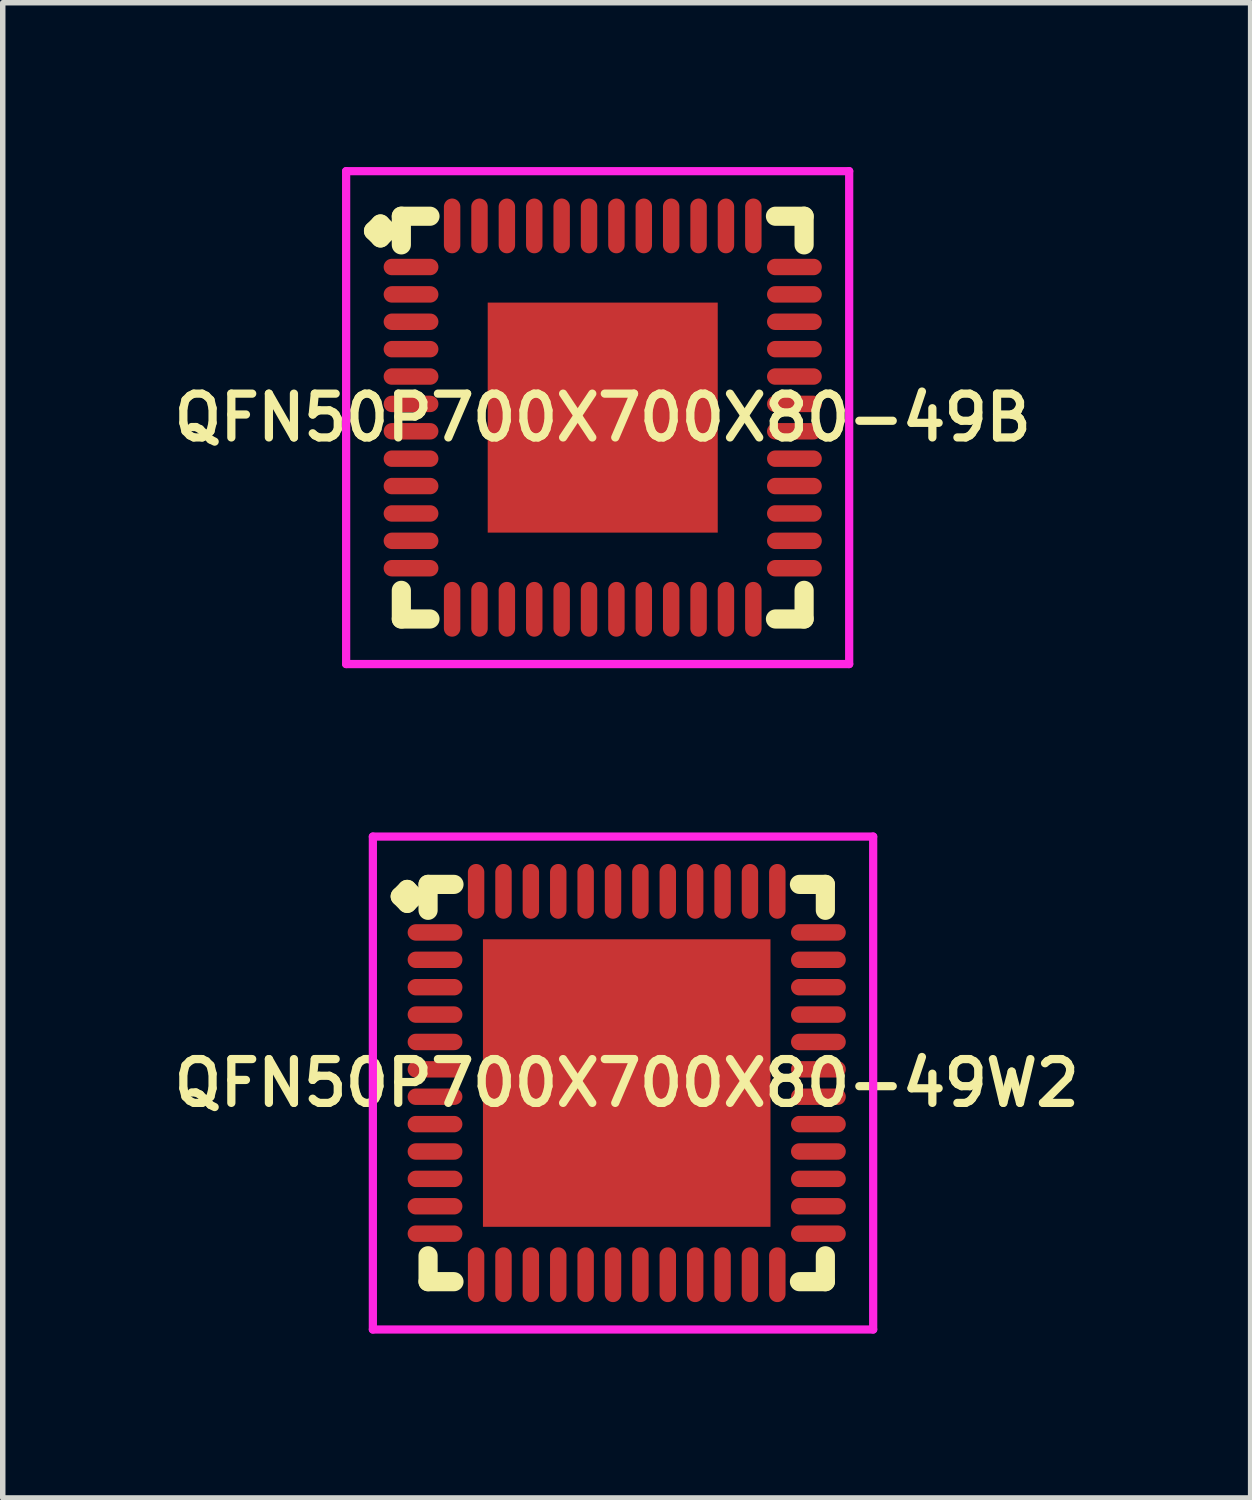
<source format=kicad_pcb>
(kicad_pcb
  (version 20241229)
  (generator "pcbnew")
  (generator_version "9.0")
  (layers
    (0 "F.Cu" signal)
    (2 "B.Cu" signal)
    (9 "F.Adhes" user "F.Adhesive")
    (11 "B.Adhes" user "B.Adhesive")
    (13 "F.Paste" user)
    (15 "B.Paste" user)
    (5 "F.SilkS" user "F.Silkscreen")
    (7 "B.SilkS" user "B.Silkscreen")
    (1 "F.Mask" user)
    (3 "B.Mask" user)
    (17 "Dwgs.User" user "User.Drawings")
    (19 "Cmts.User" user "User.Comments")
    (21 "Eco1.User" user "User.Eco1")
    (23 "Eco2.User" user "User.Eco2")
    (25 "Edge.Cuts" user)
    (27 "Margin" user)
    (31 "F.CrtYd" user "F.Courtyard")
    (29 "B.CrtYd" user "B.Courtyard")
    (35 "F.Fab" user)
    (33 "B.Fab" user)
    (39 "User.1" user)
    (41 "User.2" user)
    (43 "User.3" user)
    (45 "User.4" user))
  (footprint "QFN50P700X700X80-49B"
    (layer "F.Cu")
    (at 7.955 4.575)
    (property "Reference" "QFN50P700X700X80-49B" (at 0 0 0) (layer "F.SilkS") (effects (font (size 0.8 0.8) (thickness 0.15))))
    (attr through_hole)
    (fp_line (start -4.185 -3.408) (end -4.058 -3.535) (stroke (width 0.35) (type solid)) (layer "F.SilkS"))
    (fp_line (start -4.058 -3.535) (end -3.931 -3.408) (stroke (width 0.35) (type solid)) (layer "F.SilkS"))
    (fp_line (start -4.058 -3.281) (end -4.185 -3.408) (stroke (width 0.35) (type solid)) (layer "F.SilkS"))
    (fp_line (start -3.931 -3.408) (end -4.058 -3.281) (stroke (width 0.35) (type solid)) (layer "F.SilkS"))
    (fp_line (start -3.677 -3.677) (end -3.154 -3.677) (stroke (width 0.35) (type solid)) (layer "F.SilkS"))
    (fp_line (start -3.677 -3.154) (end -3.677 -3.677) (stroke (width 0.35) (type solid)) (layer "F.SilkS"))
    (fp_line (start -3.677 3.154) (end -3.677 3.677) (stroke (width 0.35) (type solid)) (layer "F.SilkS"))
    (fp_line (start -3.677 3.677) (end -3.154 3.677) (stroke (width 0.35) (type solid)) (layer "F.SilkS"))
    (fp_line (start 3.154 -3.677) (end 3.677 -3.677) (stroke (width 0.35) (type solid)) (layer "F.SilkS"))
    (fp_line (start 3.154 3.677) (end 3.677 3.677) (stroke (width 0.35) (type solid)) (layer "F.SilkS"))
    (fp_line (start 3.677 -3.677) (end 3.677 -3.154) (stroke (width 0.35) (type solid)) (layer "F.SilkS"))
    (fp_line (start 3.677 3.677) (end 3.677 3.154) (stroke (width 0.35) (type solid)) (layer "F.SilkS"))
    (fp_line (start -4.685 -4.5) (end 4.5 -4.5) (stroke (width 0.15) (type solid)) (layer "F.CrtYd"))
    (fp_line (start -4.685 4.5) (end -4.685 -4.5) (stroke (width 0.15) (type solid)) (layer "F.CrtYd"))
    (fp_line (start 4.5 -4.5) (end 4.5 4.5) (stroke (width 0.15) (type solid)) (layer "F.CrtYd"))
    (fp_line (start 4.5 4.5) (end -4.685 4.5) (stroke (width 0.15) (type solid)) (layer "F.CrtYd"))
    (pad "1" smd oval (at -3.5 -2.75) (size 1 0.3) (layers "F.Cu" "F.Mask" "F.Paste"))
    (pad "2" smd oval (at -3.5 -2.25) (size 1 0.3) (layers "F.Cu" "F.Mask" "F.Paste"))
    (pad "3" smd oval (at -3.5 -1.75) (size 1 0.3) (layers "F.Cu" "F.Mask" "F.Paste"))
    (pad "4" smd oval (at -3.5 -1.25) (size 1 0.3) (layers "F.Cu" "F.Mask" "F.Paste"))
    (pad "5" smd oval (at -3.5 -0.75) (size 1 0.3) (layers "F.Cu" "F.Mask" "F.Paste"))
    (pad "6" smd oval (at -3.5 -0.25) (size 1 0.3) (layers "F.Cu" "F.Mask" "F.Paste"))
    (pad "7" smd oval (at -3.5 0.25) (size 1 0.3) (layers "F.Cu" "F.Mask" "F.Paste"))
    (pad "8" smd oval (at -3.5 0.75) (size 1 0.3) (layers "F.Cu" "F.Mask" "F.Paste"))
    (pad "9" smd oval (at -3.5 1.25) (size 1 0.3) (layers "F.Cu" "F.Mask" "F.Paste"))
    (pad "10" smd oval (at -3.5 1.75) (size 1 0.3) (layers "F.Cu" "F.Mask" "F.Paste"))
    (pad "11" smd oval (at -3.5 2.25) (size 1 0.3) (layers "F.Cu" "F.Mask" "F.Paste"))
    (pad "12" smd oval (at -3.5 2.75) (size 1 0.3) (layers "F.Cu" "F.Mask" "F.Paste"))
    (pad "13" smd oval (at -2.75 3.5) (size 0.3 1) (layers "F.Cu" "F.Mask" "F.Paste"))
    (pad "14" smd oval (at -2.25 3.5) (size 0.3 1) (layers "F.Cu" "F.Mask" "F.Paste"))
    (pad "15" smd oval (at -1.75 3.5) (size 0.3 1) (layers "F.Cu" "F.Mask" "F.Paste"))
    (pad "16" smd oval (at -1.25 3.5) (size 0.3 1) (layers "F.Cu" "F.Mask" "F.Paste"))
    (pad "17" smd oval (at -0.75 3.5) (size 0.3 1) (layers "F.Cu" "F.Mask" "F.Paste"))
    (pad "18" smd oval (at -0.25 3.5) (size 0.3 1) (layers "F.Cu" "F.Mask" "F.Paste"))
    (pad "19" smd oval (at 0.25 3.5) (size 0.3 1) (layers "F.Cu" "F.Mask" "F.Paste"))
    (pad "20" smd oval (at 0.75 3.5) (size 0.3 1) (layers "F.Cu" "F.Mask" "F.Paste"))
    (pad "21" smd oval (at 1.25 3.5) (size 0.3 1) (layers "F.Cu" "F.Mask" "F.Paste"))
    (pad "22" smd oval (at 1.75 3.5) (size 0.3 1) (layers "F.Cu" "F.Mask" "F.Paste"))
    (pad "23" smd oval (at 2.25 3.5) (size 0.3 1) (layers "F.Cu" "F.Mask" "F.Paste"))
    (pad "24" smd oval (at 2.75 3.5) (size 0.3 1) (layers "F.Cu" "F.Mask" "F.Paste"))
    (pad "25" smd oval (at 3.5 2.75) (size 1 0.3) (layers "F.Cu" "F.Mask" "F.Paste"))
    (pad "26" smd oval (at 3.5 2.25) (size 1 0.3) (layers "F.Cu" "F.Mask" "F.Paste"))
    (pad "27" smd oval (at 3.5 1.75) (size 1 0.3) (layers "F.Cu" "F.Mask" "F.Paste"))
    (pad "28" smd oval (at 3.5 1.25) (size 1 0.3) (layers "F.Cu" "F.Mask" "F.Paste"))
    (pad "29" smd oval (at 3.5 0.75) (size 1 0.3) (layers "F.Cu" "F.Mask" "F.Paste"))
    (pad "30" smd oval (at 3.5 0.25) (size 1 0.3) (layers "F.Cu" "F.Mask" "F.Paste"))
    (pad "31" smd oval (at 3.5 -0.25) (size 1 0.3) (layers "F.Cu" "F.Mask" "F.Paste"))
    (pad "32" smd oval (at 3.5 -0.75) (size 1 0.3) (layers "F.Cu" "F.Mask" "F.Paste"))
    (pad "33" smd oval (at 3.5 -1.25) (size 1 0.3) (layers "F.Cu" "F.Mask" "F.Paste"))
    (pad "34" smd oval (at 3.5 -1.75) (size 1 0.3) (layers "F.Cu" "F.Mask" "F.Paste"))
    (pad "35" smd oval (at 3.5 -2.25) (size 1 0.3) (layers "F.Cu" "F.Mask" "F.Paste"))
    (pad "36" smd oval (at 3.5 -2.75) (size 1 0.3) (layers "F.Cu" "F.Mask" "F.Paste"))
    (pad "37" smd oval (at 2.75 -3.5) (size 0.3 1) (layers "F.Cu" "F.Mask" "F.Paste"))
    (pad "38" smd oval (at 2.25 -3.5) (size 0.3 1) (layers "F.Cu" "F.Mask" "F.Paste"))
    (pad "39" smd oval (at 1.75 -3.5) (size 0.3 1) (layers "F.Cu" "F.Mask" "F.Paste"))
    (pad "40" smd oval (at 1.25 -3.5) (size 0.3 1) (layers "F.Cu" "F.Mask" "F.Paste"))
    (pad "41" smd oval (at 0.75 -3.5) (size 0.3 1) (layers "F.Cu" "F.Mask" "F.Paste"))
    (pad "42" smd oval (at 0.25 -3.5) (size 0.3 1) (layers "F.Cu" "F.Mask" "F.Paste"))
    (pad "43" smd oval (at -0.25 -3.5) (size 0.3 1) (layers "F.Cu" "F.Mask" "F.Paste"))
    (pad "44" smd oval (at -0.75 -3.5) (size 0.3 1) (layers "F.Cu" "F.Mask" "F.Paste"))
    (pad "45" smd oval (at -1.25 -3.5) (size 0.3 1) (layers "F.Cu" "F.Mask" "F.Paste"))
    (pad "46" smd oval (at -1.75 -3.5) (size 0.3 1) (layers "F.Cu" "F.Mask" "F.Paste"))
    (pad "47" smd oval (at -2.25 -3.5) (size 0.3 1) (layers "F.Cu" "F.Mask" "F.Paste"))
    (pad "48" smd oval (at -2.75 -3.5) (size 0.3 1) (layers "F.Cu" "F.Mask" "F.Paste"))
    (pad "49" smd rect (at 0 0) (size 4.2 4.2) (layers "F.Cu" "F.Mask" "F.Paste")))
  (footprint "QFN50P700X700X80-49W2"
    (layer "F.Cu")
    (at 8.393 16.725)
    (property "Reference" "QFN50P700X700X80-49W2" (at 0 0 0) (layer "F.SilkS") (effects (font (size 0.8 0.8) (thickness 0.15))))
    (attr through_hole)
    (fp_line (start -4.135 -3.408) (end -4.008 -3.535) (stroke (width 0.35) (type solid)) (layer "F.SilkS"))
    (fp_line (start -4.008 -3.535) (end -3.881 -3.408) (stroke (width 0.35) (type solid)) (layer "F.SilkS"))
    (fp_line (start -4.008 -3.281) (end -4.135 -3.408) (stroke (width 0.35) (type solid)) (layer "F.SilkS"))
    (fp_line (start -3.881 -3.408) (end -4.008 -3.281) (stroke (width 0.35) (type solid)) (layer "F.SilkS"))
    (fp_line (start -3.627 -3.627) (end -3.154 -3.627) (stroke (width 0.35) (type solid)) (layer "F.SilkS"))
    (fp_line (start -3.627 -3.154) (end -3.627 -3.627) (stroke (width 0.35) (type solid)) (layer "F.SilkS"))
    (fp_line (start -3.627 3.154) (end -3.627 3.627) (stroke (width 0.35) (type solid)) (layer "F.SilkS"))
    (fp_line (start -3.627 3.627) (end -3.154 3.627) (stroke (width 0.35) (type solid)) (layer "F.SilkS"))
    (fp_line (start 3.154 -3.627) (end 3.627 -3.627) (stroke (width 0.35) (type solid)) (layer "F.SilkS"))
    (fp_line (start 3.154 3.627) (end 3.627 3.627) (stroke (width 0.35) (type solid)) (layer "F.SilkS"))
    (fp_line (start 3.627 -3.627) (end 3.627 -3.154) (stroke (width 0.35) (type solid)) (layer "F.SilkS"))
    (fp_line (start 3.627 3.627) (end 3.627 3.154) (stroke (width 0.35) (type solid)) (layer "F.SilkS"))
    (fp_line (start -4.635 -4.5) (end 4.5 -4.5) (stroke (width 0.15) (type solid)) (layer "F.CrtYd"))
    (fp_line (start -4.635 4.5) (end -4.635 -4.5) (stroke (width 0.15) (type solid)) (layer "F.CrtYd"))
    (fp_line (start 4.5 -4.5) (end 4.5 4.5) (stroke (width 0.15) (type solid)) (layer "F.CrtYd"))
    (fp_line (start 4.5 4.5) (end -4.635 4.5) (stroke (width 0.15) (type solid)) (layer "F.CrtYd"))
    (pad "1" smd oval (at -3.5 -2.75) (size 1 0.3) (layers "F.Cu" "F.Mask" "F.Paste"))
    (pad "2" smd oval (at -3.5 -2.25) (size 1 0.3) (layers "F.Cu" "F.Mask" "F.Paste"))
    (pad "3" smd oval (at -3.5 -1.75) (size 1 0.3) (layers "F.Cu" "F.Mask" "F.Paste"))
    (pad "4" smd oval (at -3.5 -1.25) (size 1 0.3) (layers "F.Cu" "F.Mask" "F.Paste"))
    (pad "5" smd oval (at -3.5 -0.75) (size 1 0.3) (layers "F.Cu" "F.Mask" "F.Paste"))
    (pad "6" smd oval (at -3.5 -0.25) (size 1 0.3) (layers "F.Cu" "F.Mask" "F.Paste"))
    (pad "7" smd oval (at -3.5 0.25) (size 1 0.3) (layers "F.Cu" "F.Mask" "F.Paste"))
    (pad "8" smd oval (at -3.5 0.75) (size 1 0.3) (layers "F.Cu" "F.Mask" "F.Paste"))
    (pad "9" smd oval (at -3.5 1.25) (size 1 0.3) (layers "F.Cu" "F.Mask" "F.Paste"))
    (pad "10" smd oval (at -3.5 1.75) (size 1 0.3) (layers "F.Cu" "F.Mask" "F.Paste"))
    (pad "11" smd oval (at -3.5 2.25) (size 1 0.3) (layers "F.Cu" "F.Mask" "F.Paste"))
    (pad "12" smd oval (at -3.5 2.75) (size 1 0.3) (layers "F.Cu" "F.Mask" "F.Paste"))
    (pad "13" smd oval (at -2.75 3.5) (size 0.3 1) (layers "F.Cu" "F.Mask" "F.Paste"))
    (pad "14" smd oval (at -2.25 3.5) (size 0.3 1) (layers "F.Cu" "F.Mask" "F.Paste"))
    (pad "15" smd oval (at -1.75 3.5) (size 0.3 1) (layers "F.Cu" "F.Mask" "F.Paste"))
    (pad "16" smd oval (at -1.25 3.5) (size 0.3 1) (layers "F.Cu" "F.Mask" "F.Paste"))
    (pad "17" smd oval (at -0.75 3.5) (size 0.3 1) (layers "F.Cu" "F.Mask" "F.Paste"))
    (pad "18" smd oval (at -0.25 3.5) (size 0.3 1) (layers "F.Cu" "F.Mask" "F.Paste"))
    (pad "19" smd oval (at 0.25 3.5) (size 0.3 1) (layers "F.Cu" "F.Mask" "F.Paste"))
    (pad "20" smd oval (at 0.75 3.5) (size 0.3 1) (layers "F.Cu" "F.Mask" "F.Paste"))
    (pad "21" smd oval (at 1.25 3.5) (size 0.3 1) (layers "F.Cu" "F.Mask" "F.Paste"))
    (pad "22" smd oval (at 1.75 3.5) (size 0.3 1) (layers "F.Cu" "F.Mask" "F.Paste"))
    (pad "23" smd oval (at 2.25 3.5) (size 0.3 1) (layers "F.Cu" "F.Mask" "F.Paste"))
    (pad "24" smd oval (at 2.75 3.5) (size 0.3 1) (layers "F.Cu" "F.Mask" "F.Paste"))
    (pad "25" smd oval (at 3.5 2.75) (size 1 0.3) (layers "F.Cu" "F.Mask" "F.Paste"))
    (pad "26" smd oval (at 3.5 2.25) (size 1 0.3) (layers "F.Cu" "F.Mask" "F.Paste"))
    (pad "27" smd oval (at 3.5 1.75) (size 1 0.3) (layers "F.Cu" "F.Mask" "F.Paste"))
    (pad "28" smd oval (at 3.5 1.25) (size 1 0.3) (layers "F.Cu" "F.Mask" "F.Paste"))
    (pad "29" smd oval (at 3.5 0.75) (size 1 0.3) (layers "F.Cu" "F.Mask" "F.Paste"))
    (pad "30" smd oval (at 3.5 0.25) (size 1 0.3) (layers "F.Cu" "F.Mask" "F.Paste"))
    (pad "31" smd oval (at 3.5 -0.25) (size 1 0.3) (layers "F.Cu" "F.Mask" "F.Paste"))
    (pad "32" smd oval (at 3.5 -0.75) (size 1 0.3) (layers "F.Cu" "F.Mask" "F.Paste"))
    (pad "33" smd oval (at 3.5 -1.25) (size 1 0.3) (layers "F.Cu" "F.Mask" "F.Paste"))
    (pad "34" smd oval (at 3.5 -1.75) (size 1 0.3) (layers "F.Cu" "F.Mask" "F.Paste"))
    (pad "35" smd oval (at 3.5 -2.25) (size 1 0.3) (layers "F.Cu" "F.Mask" "F.Paste"))
    (pad "36" smd oval (at 3.5 -2.75) (size 1 0.3) (layers "F.Cu" "F.Mask" "F.Paste"))
    (pad "37" smd oval (at 2.75 -3.5) (size 0.3 1) (layers "F.Cu" "F.Mask" "F.Paste"))
    (pad "38" smd oval (at 2.25 -3.5) (size 0.3 1) (layers "F.Cu" "F.Mask" "F.Paste"))
    (pad "39" smd oval (at 1.75 -3.5) (size 0.3 1) (layers "F.Cu" "F.Mask" "F.Paste"))
    (pad "40" smd oval (at 1.25 -3.5) (size 0.3 1) (layers "F.Cu" "F.Mask" "F.Paste"))
    (pad "41" smd oval (at 0.75 -3.5) (size 0.3 1) (layers "F.Cu" "F.Mask" "F.Paste"))
    (pad "42" smd oval (at 0.25 -3.5) (size 0.3 1) (layers "F.Cu" "F.Mask" "F.Paste"))
    (pad "43" smd oval (at -0.25 -3.5) (size 0.3 1) (layers "F.Cu" "F.Mask" "F.Paste"))
    (pad "44" smd oval (at -0.75 -3.5) (size 0.3 1) (layers "F.Cu" "F.Mask" "F.Paste"))
    (pad "45" smd oval (at -1.25 -3.5) (size 0.3 1) (layers "F.Cu" "F.Mask" "F.Paste"))
    (pad "46" smd oval (at -1.75 -3.5) (size 0.3 1) (layers "F.Cu" "F.Mask" "F.Paste"))
    (pad "47" smd oval (at -2.25 -3.5) (size 0.3 1) (layers "F.Cu" "F.Mask" "F.Paste"))
    (pad "48" smd oval (at -2.75 -3.5) (size 0.3 1) (layers "F.Cu" "F.Mask" "F.Paste"))
    (pad "49" smd rect (at 0 0) (size 5.25 5.25) (layers "F.Cu" "F.Mask" "F.Paste")))
  (gr_rect
    (start -3 -3)
    (end 19.785 24.3)
    (stroke (width 0.1) (type default))
    (fill no)
    (layer "Edge.Cuts")))
</source>
